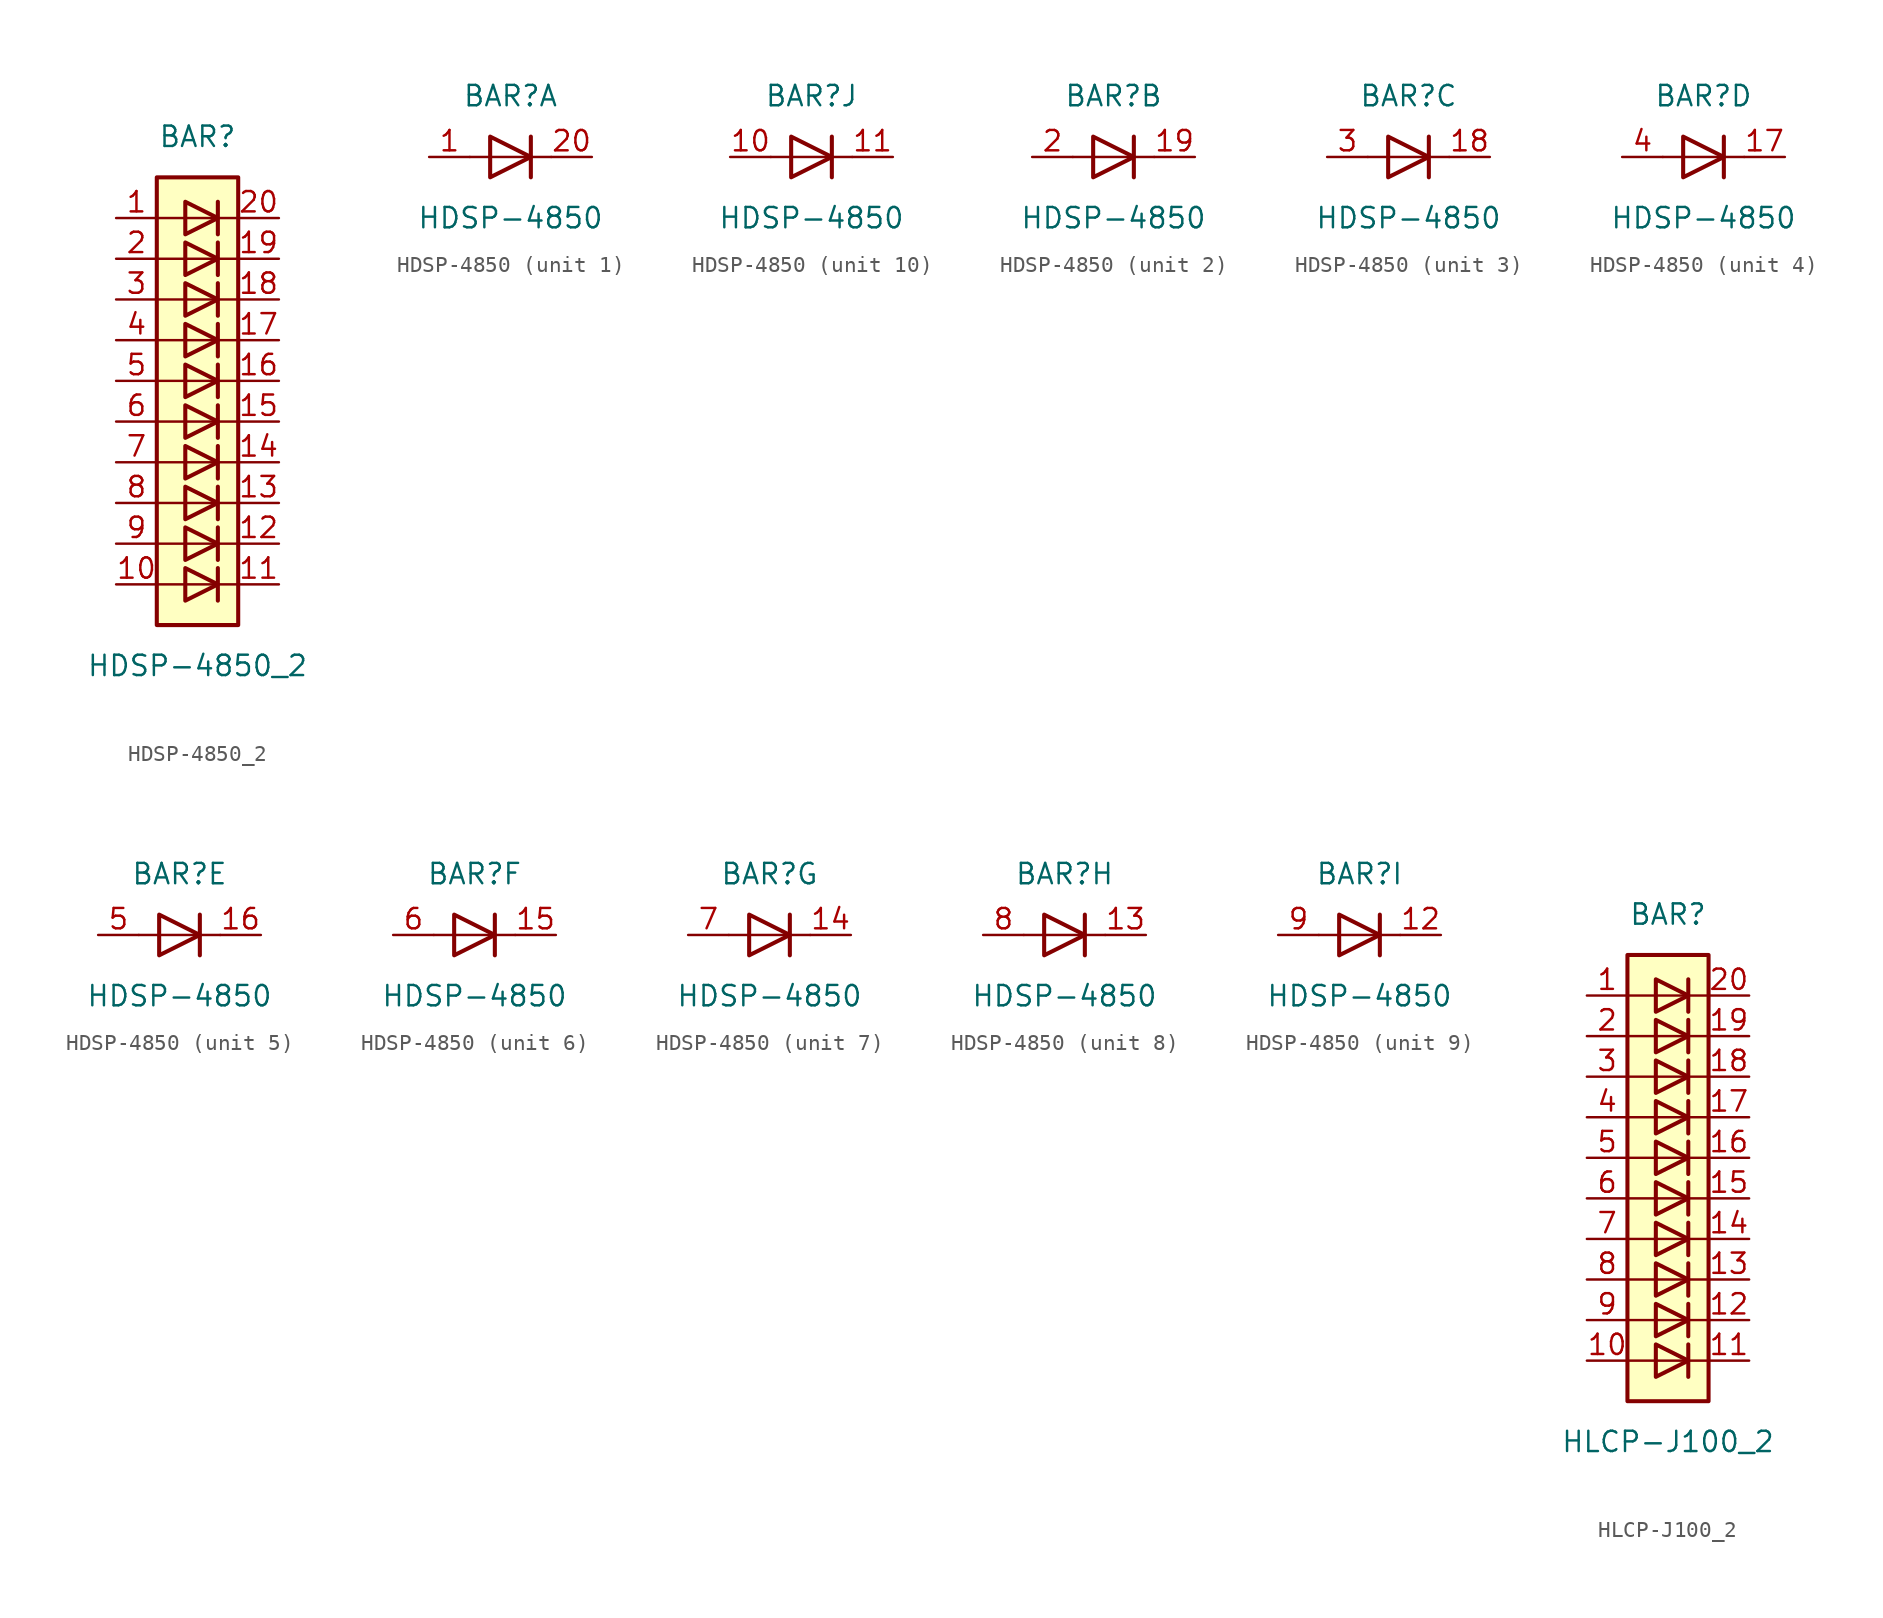
<source format=kicad_sym>
(kicad_symbol_lib
  (version 20201005)
  (generator kicad_symbol_editor)
  (symbol "LED:HDSP-4850_2"
    (pin_names
      (offset 1.016) hide)
    (property "Reference" "BAR"
      (at 0 15.24 0)
      (effects (font (size 1.27 1.27))))
    (property "Value" "HDSP-4850_2"
      (at 0 -17.78 0)
      (effects (font (size 1.27 1.27))))
    (symbol "HDSP-4850_2_0_1"
      (rectangle (start -2.54 12.7) (end 2.54 -15.24) (stroke (width 0.254)) (fill (type background)))
      (polyline (pts (xy -2.54 -12.7) (xy 2.54 -12.7)) (stroke (width 0)) (fill (type none)))
      (polyline (pts (xy -2.54 -10.16) (xy 2.54 -10.16)) (stroke (width 0)) (fill (type none)))
      (polyline (pts (xy -2.54 -7.62) (xy 2.54 -7.62)) (stroke (width 0)) (fill (type none)))
      (polyline (pts (xy -2.54 -5.08) (xy 2.54 -5.08)) (stroke (width 0)) (fill (type none)))
      (polyline (pts (xy -2.54 0) (xy 2.54 0)) (stroke (width 0)) (fill (type none)))
      (polyline (pts (xy -2.54 5.08) (xy 2.54 5.08)) (stroke (width 0)) (fill (type none)))
      (polyline (pts (xy -2.54 7.62) (xy 2.54 7.62)) (stroke (width 0)) (fill (type none)))
      (polyline (pts (xy -2.54 10.16) (xy 2.54 10.16)) (stroke (width 0)) (fill (type none)))
      (polyline (pts (xy 1.27 -11.684) (xy 1.27 -13.716)) (stroke (width 0.254)) (fill (type none)))
      (polyline (pts (xy 1.27 -9.144) (xy 1.27 -11.176)) (stroke (width 0.254)) (fill (type none)))
      (polyline (pts (xy 1.27 -6.604) (xy 1.27 -8.636)) (stroke (width 0.254)) (fill (type none)))
      (polyline (pts (xy 1.27 -4.064) (xy 1.27 -6.096)) (stroke (width 0.254)) (fill (type none)))
      (polyline (pts (xy 1.27 -1.524) (xy 1.27 -3.556)) (stroke (width 0.254)) (fill (type none)))
      (polyline (pts (xy 1.27 1.016) (xy 1.27 -1.016)) (stroke (width 0.254)) (fill (type none)))
      (polyline (pts (xy 1.27 3.556) (xy 1.27 1.524)) (stroke (width 0.254)) (fill (type none)))
      (polyline (pts (xy 1.27 6.096) (xy 1.27 4.064)) (stroke (width 0.254)) (fill (type none)))
      (polyline (pts (xy 1.27 8.636) (xy 1.27 6.604)) (stroke (width 0.254)) (fill (type none)))
      (polyline (pts (xy 1.27 11.176) (xy 1.27 9.144)) (stroke (width 0.254)) (fill (type none)))
      (polyline (pts (xy 2.54 -2.54) (xy -2.54 -2.54)) (stroke (width 0)) (fill (type none)))
      (polyline (pts (xy 2.54 2.54) (xy -2.54 2.54)) (stroke (width 0)) (fill (type none)))
      (polyline (pts (xy -0.762 -11.684) (xy -0.762 -13.716) (xy 1.27 -12.7) (xy -0.762 -11.684)) (stroke (width 0.254)) (fill (type none)))
      (polyline (pts (xy -0.762 -9.144) (xy -0.762 -11.176) (xy 1.27 -10.16) (xy -0.762 -9.144)) (stroke (width 0.254)) (fill (type none)))
      (polyline (pts (xy -0.762 -6.604) (xy -0.762 -8.636) (xy 1.27 -7.62) (xy -0.762 -6.604)) (stroke (width 0.254)) (fill (type none)))
      (polyline (pts (xy -0.762 -4.064) (xy -0.762 -6.096) (xy 1.27 -5.08) (xy -0.762 -4.064)) (stroke (width 0.254)) (fill (type none)))
      (polyline (pts (xy -0.762 -1.524) (xy -0.762 -3.556) (xy 1.27 -2.54) (xy -0.762 -1.524)) (stroke (width 0.254)) (fill (type none)))
      (polyline (pts (xy -0.762 1.016) (xy -0.762 -1.016) (xy 1.27 0) (xy -0.762 1.016)) (stroke (width 0.254)) (fill (type none)))
      (polyline (pts (xy -0.762 3.556) (xy -0.762 1.524) (xy 1.27 2.54) (xy -0.762 3.556)) (stroke (width 0.254)) (fill (type none)))
      (polyline (pts (xy -0.762 6.096) (xy -0.762 4.064) (xy 1.27 5.08) (xy -0.762 6.096)) (stroke (width 0.254)) (fill (type none)))
      (polyline (pts (xy -0.762 8.636) (xy -0.762 6.604) (xy 1.27 7.62) (xy -0.762 8.636)) (stroke (width 0.254)) (fill (type none)))
      (polyline (pts (xy -0.762 11.176) (xy -0.762 9.144) (xy 1.27 10.16) (xy -0.762 11.176)) (stroke (width 0.254)) (fill (type none))))
    (symbol "HDSP-4850_2_1_1"
      (pin passive line (at -5.08 10.16 0) (length 2.54) (name "A" (effects (font (size 1.27 1.27)))) (number "1" (effects (font (size 1.27 1.27)))))
      (pin passive line (at -5.08 -12.7 0) (length 2.54) (name "A" (effects (font (size 1.27 1.27)))) (number "10" (effects (font (size 1.27 1.27)))))
      (pin passive line (at 5.08 -12.7 180) (length 2.54) (name "K" (effects (font (size 1.27 1.27)))) (number "11" (effects (font (size 1.27 1.27)))))
      (pin passive line (at 5.08 -10.16 180) (length 2.54) (name "K" (effects (font (size 1.27 1.27)))) (number "12" (effects (font (size 1.27 1.27)))))
      (pin passive line (at 5.08 -7.62 180) (length 2.54) (name "K" (effects (font (size 1.27 1.27)))) (number "13" (effects (font (size 1.27 1.27)))))
      (pin passive line (at 5.08 -5.08 180) (length 2.54) (name "K" (effects (font (size 1.27 1.27)))) (number "14" (effects (font (size 1.27 1.27)))))
      (pin passive line (at 5.08 -2.54 180) (length 2.54) (name "K" (effects (font (size 1.27 1.27)))) (number "15" (effects (font (size 1.27 1.27)))))
      (pin passive line (at 5.08 0 180) (length 2.54) (name "K" (effects (font (size 1.27 1.27)))) (number "16" (effects (font (size 1.27 1.27)))))
      (pin passive line (at 5.08 2.54 180) (length 2.54) (name "K" (effects (font (size 1.27 1.27)))) (number "17" (effects (font (size 1.27 1.27)))))
      (pin passive line (at 5.08 5.08 180) (length 2.54) (name "K" (effects (font (size 1.27 1.27)))) (number "18" (effects (font (size 1.27 1.27)))))
      (pin passive line (at 5.08 7.62 180) (length 2.54) (name "K" (effects (font (size 1.27 1.27)))) (number "19" (effects (font (size 1.27 1.27)))))
      (pin passive line (at -5.08 7.62 0) (length 2.54) (name "A" (effects (font (size 1.27 1.27)))) (number "2" (effects (font (size 1.27 1.27)))))
      (pin passive line (at 5.08 10.16 180) (length 2.54) (name "K" (effects (font (size 1.27 1.27)))) (number "20" (effects (font (size 1.27 1.27)))))
      (pin passive line (at -5.08 5.08 0) (length 2.54) (name "A" (effects (font (size 1.27 1.27)))) (number "3" (effects (font (size 1.27 1.27)))))
      (pin passive line (at -5.08 2.54 0) (length 2.54) (name "A" (effects (font (size 1.27 1.27)))) (number "4" (effects (font (size 1.27 1.27)))))
      (pin passive line (at -5.08 0 0) (length 2.54) (name "A" (effects (font (size 1.27 1.27)))) (number "5" (effects (font (size 1.27 1.27)))))
      (pin passive line (at -5.08 -2.54 0) (length 2.54) (name "A" (effects (font (size 1.27 1.27)))) (number "6" (effects (font (size 1.27 1.27)))))
      (pin passive line (at -5.08 -5.08 0) (length 2.54) (name "A" (effects (font (size 1.27 1.27)))) (number "7" (effects (font (size 1.27 1.27)))))
      (pin passive line (at -5.08 -7.62 0) (length 2.54) (name "A" (effects (font (size 1.27 1.27)))) (number "8" (effects (font (size 1.27 1.27)))))
      (pin passive line (at -5.08 -10.16 0) (length 2.54) (name "A" (effects (font (size 1.27 1.27)))) (number "9" (effects (font (size 1.27 1.27)))))))
  (symbol "LED:HDSP-4850"
    (pin_names
      (offset 1.016) hide)
    (property "Reference" "BAR"
      (at 0 3.81 0)
      (effects (font (size 1.27 1.27))))
    (property "Value" "HDSP-4850"
      (at 0 -3.81 0)
      (effects (font (size 1.27 1.27))))
    (symbol "HDSP-4850_0_1"
      (polyline (pts (xy -2.54 0) (xy 2.54 0)) (stroke (width 0)) (fill (type none)))
      (polyline (pts (xy 1.27 -1.27) (xy 1.27 1.27)) (stroke (width 0.254)) (fill (type none)))
      (polyline (pts (xy -1.27 1.27) (xy -1.27 -1.27) (xy 1.27 0) (xy -1.27 1.27)) (stroke (width 0.254)) (fill (type none))))
    (symbol "HDSP-4850_1_1"
      (pin passive line (at -5.08 0 0) (length 2.54) (name "A" (effects (font (size 1.27 1.27)))) (number "1" (effects (font (size 1.27 1.27)))))
      (pin passive line (at 5.08 0 180) (length 2.54) (name "K" (effects (font (size 1.27 1.27)))) (number "20" (effects (font (size 1.27 1.27))))))
    (symbol "HDSP-4850_2_1"
      (pin passive line (at 5.08 0 180) (length 2.54) (name "K" (effects (font (size 1.27 1.27)))) (number "19" (effects (font (size 1.27 1.27)))))
      (pin passive line (at -5.08 0 0) (length 2.54) (name "A" (effects (font (size 1.27 1.27)))) (number "2" (effects (font (size 1.27 1.27))))))
    (symbol "HDSP-4850_3_1"
      (pin passive line (at 5.08 0 180) (length 2.54) (name "K" (effects (font (size 1.27 1.27)))) (number "18" (effects (font (size 1.27 1.27)))))
      (pin passive line (at -5.08 0 0) (length 2.54) (name "A" (effects (font (size 1.27 1.27)))) (number "3" (effects (font (size 1.27 1.27))))))
    (symbol "HDSP-4850_4_1"
      (pin passive line (at 5.08 0 180) (length 2.54) (name "K" (effects (font (size 1.27 1.27)))) (number "17" (effects (font (size 1.27 1.27)))))
      (pin passive line (at -5.08 0 0) (length 2.54) (name "A" (effects (font (size 1.27 1.27)))) (number "4" (effects (font (size 1.27 1.27))))))
    (symbol "HDSP-4850_5_1"
      (pin passive line (at 5.08 0 180) (length 2.54) (name "K" (effects (font (size 1.27 1.27)))) (number "16" (effects (font (size 1.27 1.27)))))
      (pin passive line (at -5.08 0 0) (length 2.54) (name "A" (effects (font (size 1.27 1.27)))) (number "5" (effects (font (size 1.27 1.27))))))
    (symbol "HDSP-4850_6_1"
      (pin passive line (at 5.08 0 180) (length 2.54) (name "K" (effects (font (size 1.27 1.27)))) (number "15" (effects (font (size 1.27 1.27)))))
      (pin passive line (at -5.08 0 0) (length 2.54) (name "A" (effects (font (size 1.27 1.27)))) (number "6" (effects (font (size 1.27 1.27))))))
    (symbol "HDSP-4850_7_1"
      (pin passive line (at 5.08 0 180) (length 2.54) (name "K" (effects (font (size 1.27 1.27)))) (number "14" (effects (font (size 1.27 1.27)))))
      (pin passive line (at -5.08 0 0) (length 2.54) (name "A" (effects (font (size 1.27 1.27)))) (number "7" (effects (font (size 1.27 1.27))))))
    (symbol "HDSP-4850_8_1"
      (pin passive line (at 5.08 0 180) (length 2.54) (name "K" (effects (font (size 1.27 1.27)))) (number "13" (effects (font (size 1.27 1.27)))))
      (pin passive line (at -5.08 0 0) (length 2.54) (name "A" (effects (font (size 1.27 1.27)))) (number "8" (effects (font (size 1.27 1.27))))))
    (symbol "HDSP-4850_9_1"
      (pin passive line (at 5.08 0 180) (length 2.54) (name "K" (effects (font (size 1.27 1.27)))) (number "12" (effects (font (size 1.27 1.27)))))
      (pin passive line (at -5.08 0 0) (length 2.54) (name "A" (effects (font (size 1.27 1.27)))) (number "9" (effects (font (size 1.27 1.27))))))
    (symbol "HDSP-4850_10_1"
      (pin passive line (at -5.08 0 0) (length 2.54) (name "A" (effects (font (size 1.27 1.27)))) (number "10" (effects (font (size 1.27 1.27)))))
      (pin passive line (at 5.08 0 180) (length 2.54) (name "K" (effects (font (size 1.27 1.27)))) (number "11" (effects (font (size 1.27 1.27)))))))
  (symbol "LED:HLCP-J100_2"
    (pin_names
      (offset 1.016) hide)
    (property "Reference" "BAR"
      (at 0 15.24 0)
      (effects (font (size 1.27 1.27))))
    (property "Value" "HLCP-J100_2"
      (at 0 -17.78 0)
      (effects (font (size 1.27 1.27))))
    (symbol "HLCP-J100_2_0_1"
      (rectangle (start -2.54 12.7) (end 2.54 -15.24) (stroke (width 0.254)) (fill (type background)))
      (polyline (pts (xy -2.54 -12.7) (xy 2.54 -12.7)) (stroke (width 0)) (fill (type none)))
      (polyline (pts (xy -2.54 -10.16) (xy 2.54 -10.16)) (stroke (width 0)) (fill (type none)))
      (polyline (pts (xy -2.54 -7.62) (xy 2.54 -7.62)) (stroke (width 0)) (fill (type none)))
      (polyline (pts (xy -2.54 -5.08) (xy 2.54 -5.08)) (stroke (width 0)) (fill (type none)))
      (polyline (pts (xy -2.54 0) (xy 2.54 0)) (stroke (width 0)) (fill (type none)))
      (polyline (pts (xy -2.54 5.08) (xy 2.54 5.08)) (stroke (width 0)) (fill (type none)))
      (polyline (pts (xy -2.54 7.62) (xy 2.54 7.62)) (stroke (width 0)) (fill (type none)))
      (polyline (pts (xy -2.54 10.16) (xy 2.54 10.16)) (stroke (width 0)) (fill (type none)))
      (polyline (pts (xy 1.27 -11.684) (xy 1.27 -13.716)) (stroke (width 0.254)) (fill (type none)))
      (polyline (pts (xy 1.27 -9.144) (xy 1.27 -11.176)) (stroke (width 0.254)) (fill (type none)))
      (polyline (pts (xy 1.27 -6.604) (xy 1.27 -8.636)) (stroke (width 0.254)) (fill (type none)))
      (polyline (pts (xy 1.27 -4.064) (xy 1.27 -6.096)) (stroke (width 0.254)) (fill (type none)))
      (polyline (pts (xy 1.27 -1.524) (xy 1.27 -3.556)) (stroke (width 0.254)) (fill (type none)))
      (polyline (pts (xy 1.27 1.016) (xy 1.27 -1.016)) (stroke (width 0.254)) (fill (type none)))
      (polyline (pts (xy 1.27 3.556) (xy 1.27 1.524)) (stroke (width 0.254)) (fill (type none)))
      (polyline (pts (xy 1.27 6.096) (xy 1.27 4.064)) (stroke (width 0.254)) (fill (type none)))
      (polyline (pts (xy 1.27 8.636) (xy 1.27 6.604)) (stroke (width 0.254)) (fill (type none)))
      (polyline (pts (xy 1.27 11.176) (xy 1.27 9.144)) (stroke (width 0.254)) (fill (type none)))
      (polyline (pts (xy 2.54 -2.54) (xy -2.54 -2.54)) (stroke (width 0)) (fill (type none)))
      (polyline (pts (xy 2.54 2.54) (xy -2.54 2.54)) (stroke (width 0)) (fill (type none)))
      (polyline (pts (xy -0.762 -11.684) (xy -0.762 -13.716) (xy 1.27 -12.7) (xy -0.762 -11.684)) (stroke (width 0.254)) (fill (type none)))
      (polyline (pts (xy -0.762 -9.144) (xy -0.762 -11.176) (xy 1.27 -10.16) (xy -0.762 -9.144)) (stroke (width 0.254)) (fill (type none)))
      (polyline (pts (xy -0.762 -6.604) (xy -0.762 -8.636) (xy 1.27 -7.62) (xy -0.762 -6.604)) (stroke (width 0.254)) (fill (type none)))
      (polyline (pts (xy -0.762 -4.064) (xy -0.762 -6.096) (xy 1.27 -5.08) (xy -0.762 -4.064)) (stroke (width 0.254)) (fill (type none)))
      (polyline (pts (xy -0.762 -1.524) (xy -0.762 -3.556) (xy 1.27 -2.54) (xy -0.762 -1.524)) (stroke (width 0.254)) (fill (type none)))
      (polyline (pts (xy -0.762 1.016) (xy -0.762 -1.016) (xy 1.27 0) (xy -0.762 1.016)) (stroke (width 0.254)) (fill (type none)))
      (polyline (pts (xy -0.762 3.556) (xy -0.762 1.524) (xy 1.27 2.54) (xy -0.762 3.556)) (stroke (width 0.254)) (fill (type none)))
      (polyline (pts (xy -0.762 6.096) (xy -0.762 4.064) (xy 1.27 5.08) (xy -0.762 6.096)) (stroke (width 0.254)) (fill (type none)))
      (polyline (pts (xy -0.762 8.636) (xy -0.762 6.604) (xy 1.27 7.62) (xy -0.762 8.636)) (stroke (width 0.254)) (fill (type none)))
      (polyline (pts (xy -0.762 11.176) (xy -0.762 9.144) (xy 1.27 10.16) (xy -0.762 11.176)) (stroke (width 0.254)) (fill (type none))))
    (symbol "HLCP-J100_2_1_1"
      (pin passive line (at -5.08 10.16 0) (length 2.54) (name "A" (effects (font (size 1.27 1.27)))) (number "1" (effects (font (size 1.27 1.27)))))
      (pin passive line (at -5.08 -12.7 0) (length 2.54) (name "A" (effects (font (size 1.27 1.27)))) (number "10" (effects (font (size 1.27 1.27)))))
      (pin passive line (at 5.08 -12.7 180) (length 2.54) (name "K" (effects (font (size 1.27 1.27)))) (number "11" (effects (font (size 1.27 1.27)))))
      (pin passive line (at 5.08 -10.16 180) (length 2.54) (name "K" (effects (font (size 1.27 1.27)))) (number "12" (effects (font (size 1.27 1.27)))))
      (pin passive line (at 5.08 -7.62 180) (length 2.54) (name "K" (effects (font (size 1.27 1.27)))) (number "13" (effects (font (size 1.27 1.27)))))
      (pin passive line (at 5.08 -5.08 180) (length 2.54) (name "K" (effects (font (size 1.27 1.27)))) (number "14" (effects (font (size 1.27 1.27)))))
      (pin passive line (at 5.08 -2.54 180) (length 2.54) (name "K" (effects (font (size 1.27 1.27)))) (number "15" (effects (font (size 1.27 1.27)))))
      (pin passive line (at 5.08 0 180) (length 2.54) (name "K" (effects (font (size 1.27 1.27)))) (number "16" (effects (font (size 1.27 1.27)))))
      (pin passive line (at 5.08 2.54 180) (length 2.54) (name "K" (effects (font (size 1.27 1.27)))) (number "17" (effects (font (size 1.27 1.27)))))
      (pin passive line (at 5.08 5.08 180) (length 2.54) (name "K" (effects (font (size 1.27 1.27)))) (number "18" (effects (font (size 1.27 1.27)))))
      (pin passive line (at 5.08 7.62 180) (length 2.54) (name "K" (effects (font (size 1.27 1.27)))) (number "19" (effects (font (size 1.27 1.27)))))
      (pin passive line (at -5.08 7.62 0) (length 2.54) (name "A" (effects (font (size 1.27 1.27)))) (number "2" (effects (font (size 1.27 1.27)))))
      (pin passive line (at 5.08 10.16 180) (length 2.54) (name "K" (effects (font (size 1.27 1.27)))) (number "20" (effects (font (size 1.27 1.27)))))
      (pin passive line (at -5.08 5.08 0) (length 2.54) (name "A" (effects (font (size 1.27 1.27)))) (number "3" (effects (font (size 1.27 1.27)))))
      (pin passive line (at -5.08 2.54 0) (length 2.54) (name "A" (effects (font (size 1.27 1.27)))) (number "4" (effects (font (size 1.27 1.27)))))
      (pin passive line (at -5.08 0 0) (length 2.54) (name "A" (effects (font (size 1.27 1.27)))) (number "5" (effects (font (size 1.27 1.27)))))
      (pin passive line (at -5.08 -2.54 0) (length 2.54) (name "A" (effects (font (size 1.27 1.27)))) (number "6" (effects (font (size 1.27 1.27)))))
      (pin passive line (at -5.08 -5.08 0) (length 2.54) (name "A" (effects (font (size 1.27 1.27)))) (number "7" (effects (font (size 1.27 1.27)))))
      (pin passive line (at -5.08 -7.62 0) (length 2.54) (name "A" (effects (font (size 1.27 1.27)))) (number "8" (effects (font (size 1.27 1.27)))))
      (pin passive line (at -5.08 -10.16 0) (length 2.54) (name "A" (effects (font (size 1.27 1.27)))) (number "9" (effects (font (size 1.27 1.27))))))))
</source>
